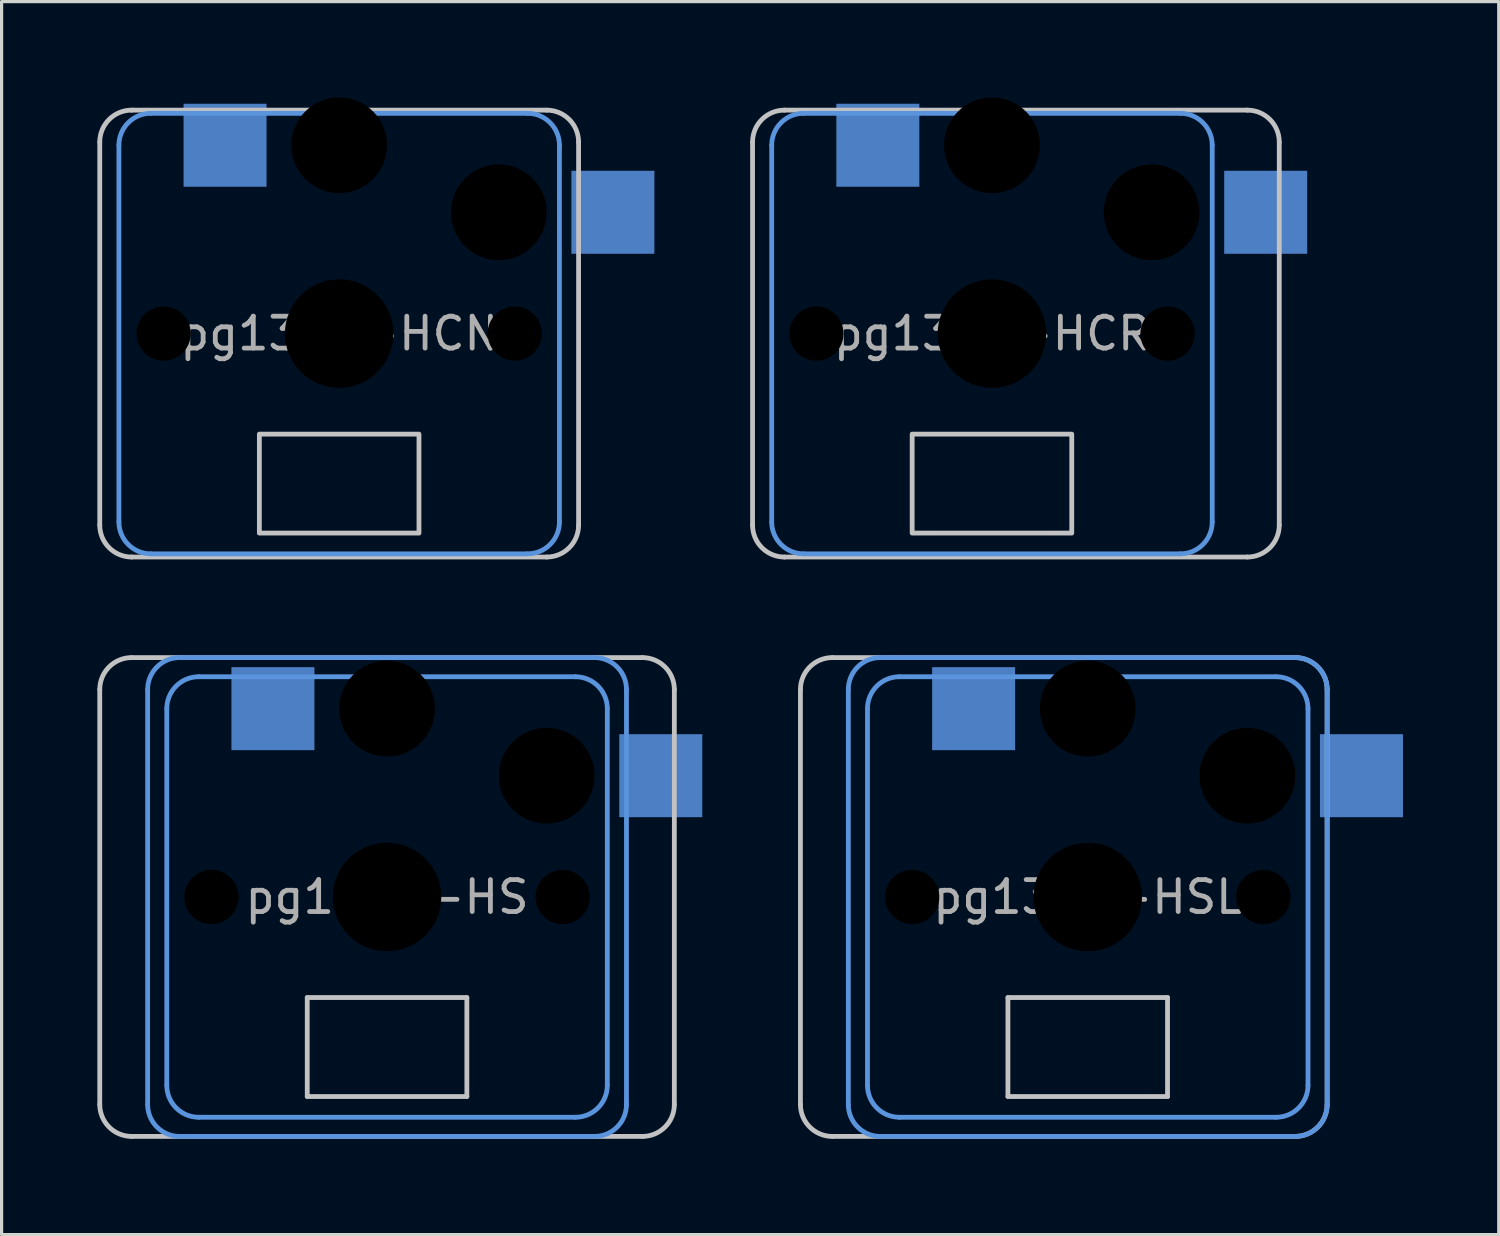
<source format=kicad_pcb>
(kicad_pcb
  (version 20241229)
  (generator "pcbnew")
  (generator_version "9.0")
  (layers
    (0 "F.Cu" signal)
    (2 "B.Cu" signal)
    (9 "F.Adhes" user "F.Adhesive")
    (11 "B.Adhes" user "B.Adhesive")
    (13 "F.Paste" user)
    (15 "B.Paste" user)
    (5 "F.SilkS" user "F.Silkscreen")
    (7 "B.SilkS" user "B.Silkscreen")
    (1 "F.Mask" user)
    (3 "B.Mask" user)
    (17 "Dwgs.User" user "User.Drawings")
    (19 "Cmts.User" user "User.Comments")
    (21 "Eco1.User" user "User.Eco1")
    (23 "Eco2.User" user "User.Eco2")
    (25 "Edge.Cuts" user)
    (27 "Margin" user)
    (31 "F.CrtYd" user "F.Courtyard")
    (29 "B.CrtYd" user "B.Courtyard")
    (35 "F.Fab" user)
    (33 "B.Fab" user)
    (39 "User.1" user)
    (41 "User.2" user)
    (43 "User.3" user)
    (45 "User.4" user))
  (footprint "pg1350-HS"
    (layer "F.Cu")
    (at 9.075 25.05)
    (property "Reference" "pg1350-HS" (at 0 0 0) (layer "F.Fab") (effects (font (size 1 1) (thickness 0.15))))
    (attr through_hole)
    (fp_line (start -9 6.5) (end -9 -6.5) (stroke (width 0.15) (type solid)) (layer "Dwgs.User"))
    (fp_line (start -8 -7.5) (end 8 -7.5) (stroke (width 0.15) (type solid)) (layer "Dwgs.User"))
    (fp_line (start -2.5 3.15) (end -2.5 6.25) (stroke (width 0.15) (type solid)) (layer "Dwgs.User"))
    (fp_line (start -2.5 6.25) (end 2.5 6.25) (stroke (width 0.15) (type solid)) (layer "Dwgs.User"))
    (fp_line (start 2.5 3.15) (end -2.5 3.15) (stroke (width 0.15) (type solid)) (layer "Dwgs.User"))
    (fp_line (start 2.5 6.25) (end 2.5 3.15) (stroke (width 0.15) (type solid)) (layer "Dwgs.User"))
    (fp_line (start 8 7.5) (end -8 7.5) (stroke (width 0.15) (type solid)) (layer "Dwgs.User"))
    (fp_line (start 9 -6.5) (end 9 6.5) (stroke (width 0.15) (type solid)) (layer "Dwgs.User"))
    (fp_arc (start -9 -6.5) (mid -8.707107 -7.207107) (end -8 -7.5) (stroke (width 0.15) (type solid)) (layer "Dwgs.User"))
    (fp_arc (start -8 7.5) (mid -8.707107 7.207107) (end -9 6.5) (stroke (width 0.15) (type solid)) (layer "Dwgs.User"))
    (fp_arc (start 8 -7.5) (mid 8.707107 -7.207107) (end 9 -6.5) (stroke (width 0.15) (type solid)) (layer "Dwgs.User"))
    (fp_arc (start 9 6.5) (mid 8.707107 7.207107) (end 8 7.5) (stroke (width 0.15) (type solid)) (layer "Dwgs.User"))
    (fp_line (start -7.5 6.5) (end -7.5 -6.5) (stroke (width 0.15) (type solid)) (layer "Cmts.User"))
    (fp_line (start -6.9 5.9) (end -6.9 -5.9) (stroke (width 0.15) (type solid)) (layer "Cmts.User"))
    (fp_line (start -6.5 -7.5) (end 6.5 -7.5) (stroke (width 0.15) (type solid)) (layer "Cmts.User"))
    (fp_line (start -5.9 -6.9) (end 5.9 -6.9) (stroke (width 0.15) (type solid)) (layer "Cmts.User"))
    (fp_line (start 5.9 6.9) (end -5.9 6.9) (stroke (width 0.15) (type solid)) (layer "Cmts.User"))
    (fp_line (start 6.5 7.5) (end -6.5 7.5) (stroke (width 0.15) (type solid)) (layer "Cmts.User"))
    (fp_line (start 6.9 -5.9) (end 6.9 5.9) (stroke (width 0.15) (type solid)) (layer "Cmts.User"))
    (fp_line (start 7.5 -6.5) (end 7.5 6.5) (stroke (width 0.15) (type solid)) (layer "Cmts.User"))
    (fp_arc (start -7.5 -6.5) (mid -7.207107 -7.207107) (end -6.5 -7.5) (stroke (width 0.15) (type solid)) (layer "Cmts.User"))
    (fp_arc (start -6.9 -5.9) (mid -6.607107 -6.607107) (end -5.9 -6.9) (stroke (width 0.15) (type solid)) (layer "Cmts.User"))
    (fp_arc (start -6.5 7.5) (mid -7.207107 7.207107) (end -7.5 6.5) (stroke (width 0.15) (type solid)) (layer "Cmts.User"))
    (fp_arc (start -5.9 6.9) (mid -6.607107 6.607107) (end -6.9 5.9) (stroke (width 0.15) (type solid)) (layer "Cmts.User"))
    (fp_arc (start 5.9 -6.9) (mid 6.607107 -6.607107) (end 6.9 -5.9) (stroke (width 0.15) (type solid)) (layer "Cmts.User"))
    (fp_arc (start 6.5 -7.5) (mid 7.207107 -7.207107) (end 7.5 -6.5) (stroke (width 0.15) (type solid)) (layer "Cmts.User"))
    (fp_arc (start 6.9 5.9) (mid 6.607107 6.607107) (end 5.9 6.9) (stroke (width 0.15) (type solid)) (layer "Cmts.User"))
    (fp_arc (start 7.5 6.5) (mid 7.207107 7.207107) (end 6.5 7.5) (stroke (width 0.15) (type solid)) (layer "Cmts.User"))
    (pad "" np_thru_hole circle (at -5.5 0) (size 1.7 1.7) (drill 1.7) (layers "*.Mask"))
    (pad "" np_thru_hole circle (at 0 -5.9) (size 3 3) (drill 3) (layers "*.Mask"))
    (pad "" np_thru_hole circle (at 0 0) (size 3.4 3.4) (drill 3.4) (layers "*.Mask"))
    (pad "" np_thru_hole circle (at 5 -3.8) (size 3 3) (drill 3) (layers "*.Mask"))
    (pad "" np_thru_hole circle (at 5.5 0) (size 1.7 1.7) (drill 1.7) (layers "*.Mask"))
    (pad "1" smd rect (at -3.575 -5.9) (size 2.6 2.6) (layers "B.Cu" "B.Mask"))
    (pad "2" smd rect (at 8.575 -3.8) (size 2.6 2.6) (layers "B.Cu" "B.Mask")))
  (footprint "pg1350-HCN"
    (layer "F.Cu")
    (at 7.575 7.4)
    (property "Reference" "pg1350-HCN" (at 0 0 0) (layer "F.Fab") (effects (font (size 1 1) (thickness 0.15))))
    (attr through_hole)
    (fp_line (start -7.5 6) (end -7.5 -6) (stroke (width 0.15) (type solid)) (layer "Dwgs.User"))
    (fp_line (start -6.5 -7) (end 6.5 -7) (stroke (width 0.15) (type solid)) (layer "Dwgs.User"))
    (fp_line (start 6.5 7) (end -6.5 7) (stroke (width 0.15) (type solid)) (layer "Dwgs.User"))
    (fp_line (start 7.5 -6) (end 7.5 6) (stroke (width 0.15) (type solid)) (layer "Dwgs.User"))
    (fp_rect (start 2.5 6.25) (end -2.5 3.15) (stroke (width 0.15) (type solid)) (fill no) (layer "Dwgs.User"))
    (fp_arc (start -7.5 -6) (mid -7.207107 -6.707107) (end -6.5 -7) (stroke (width 0.15) (type solid)) (layer "Dwgs.User"))
    (fp_arc (start -6.5 7) (mid -7.207107 6.707107) (end -7.5 6) (stroke (width 0.15) (type solid)) (layer "Dwgs.User"))
    (fp_arc (start 6.5 -7) (mid 7.207107 -6.707107) (end 7.5 -6) (stroke (width 0.15) (type solid)) (layer "Dwgs.User"))
    (fp_arc (start 7.5 6) (mid 7.207107 6.707107) (end 6.5 7) (stroke (width 0.15) (type solid)) (layer "Dwgs.User"))
    (fp_line (start -6.9 5.9) (end -6.9 -5.9) (stroke (width 0.15) (type solid)) (layer "Cmts.User"))
    (fp_line (start -5.9 -6.9) (end 5.9 -6.9) (stroke (width 0.15) (type solid)) (layer "Cmts.User"))
    (fp_line (start 5.9 6.9) (end -5.9 6.9) (stroke (width 0.15) (type solid)) (layer "Cmts.User"))
    (fp_line (start 6.9 -5.9) (end 6.9 5.9) (stroke (width 0.15) (type solid)) (layer "Cmts.User"))
    (fp_arc (start -6.9 -5.9) (mid -6.607107 -6.607107) (end -5.9 -6.9) (stroke (width 0.15) (type solid)) (layer "Cmts.User"))
    (fp_arc (start -5.9 6.9) (mid -6.607107 6.607107) (end -6.9 5.9) (stroke (width 0.15) (type solid)) (layer "Cmts.User"))
    (fp_arc (start 5.9 -6.9) (mid 6.607107 -6.607107) (end 6.9 -5.9) (stroke (width 0.15) (type solid)) (layer "Cmts.User"))
    (fp_arc (start 6.9 5.9) (mid 6.607107 6.607107) (end 5.9 6.9) (stroke (width 0.15) (type solid)) (layer "Cmts.User"))
    (pad "" np_thru_hole circle (at -5.5 0) (size 1.7 1.7) (drill 1.7) (layers "*.Mask"))
    (pad "" np_thru_hole circle (at 0 -5.9) (size 3 3) (drill 3) (layers "*.Mask"))
    (pad "" np_thru_hole circle (at 0 0) (size 3.4 3.4) (drill 3.4) (layers "*.Mask"))
    (pad "" np_thru_hole circle (at 5 -3.8) (size 3 3) (drill 3) (layers "*.Mask"))
    (pad "" np_thru_hole circle (at 5.5 0) (size 1.7 1.7) (drill 1.7) (layers "*.Mask"))
    (pad "1" smd rect (at -3.575 -5.9) (size 2.6 2.6) (layers "B.Cu" "B.Mask"))
    (pad "2" smd rect (at 8.575 -3.8) (size 2.6 2.6) (layers "B.Cu" "B.Mask")))
  (footprint "pg1350-HSL"
    (layer "F.Cu")
    (at 31.025 25.05)
    (property "Reference" "pg1350-HSL" (at 0 0 0) (layer "F.Fab") (effects (font (size 1 1) (thickness 0.15))))
    (attr through_hole)
    (fp_line (start -9 6.5) (end -9 -6.5) (stroke (width 0.15) (type solid)) (layer "Dwgs.User"))
    (fp_line (start -8 -7.5) (end 6.5 -7.5) (stroke (width 0.15) (type solid)) (layer "Dwgs.User"))
    (fp_line (start -2.5 3.15) (end -2.5 6.25) (stroke (width 0.15) (type solid)) (layer "Dwgs.User"))
    (fp_line (start -2.5 6.25) (end 2.5 6.25) (stroke (width 0.15) (type solid)) (layer "Dwgs.User"))
    (fp_line (start 2.5 3.15) (end -2.5 3.15) (stroke (width 0.15) (type solid)) (layer "Dwgs.User"))
    (fp_line (start 2.5 6.25) (end 2.5 3.15) (stroke (width 0.15) (type solid)) (layer "Dwgs.User"))
    (fp_line (start 6.5 7.5) (end -8 7.5) (stroke (width 0.15) (type solid)) (layer "Dwgs.User"))
    (fp_line (start 7.5 -6.5) (end 7.5 6.5) (stroke (width 0.15) (type solid)) (layer "Dwgs.User"))
    (fp_arc (start -9 -6.5) (mid -8.707107 -7.207107) (end -8 -7.5) (stroke (width 0.15) (type solid)) (layer "Dwgs.User"))
    (fp_arc (start -8 7.5) (mid -8.707107 7.207107) (end -9 6.5) (stroke (width 0.15) (type solid)) (layer "Dwgs.User"))
    (fp_arc (start 6.5 -7.5) (mid 7.207107 -7.207107) (end 7.5 -6.5) (stroke (width 0.15) (type solid)) (layer "Dwgs.User"))
    (fp_arc (start 7.5 6.5) (mid 7.207107 7.207107) (end 6.5 7.5) (stroke (width 0.15) (type solid)) (layer "Dwgs.User"))
    (fp_line (start -7.5 6.5) (end -7.5 -6.5) (stroke (width 0.15) (type solid)) (layer "Cmts.User"))
    (fp_line (start -6.9 5.9) (end -6.9 -5.9) (stroke (width 0.15) (type solid)) (layer "Cmts.User"))
    (fp_line (start -6.5 -7.5) (end 6.5 -7.5) (stroke (width 0.15) (type solid)) (layer "Cmts.User"))
    (fp_line (start -5.9 -6.9) (end 5.9 -6.9) (stroke (width 0.15) (type solid)) (layer "Cmts.User"))
    (fp_line (start 5.9 6.9) (end -5.9 6.9) (stroke (width 0.15) (type solid)) (layer "Cmts.User"))
    (fp_line (start 6.5 7.5) (end -6.5 7.5) (stroke (width 0.15) (type solid)) (layer "Cmts.User"))
    (fp_line (start 6.9 -5.9) (end 6.9 5.9) (stroke (width 0.15) (type solid)) (layer "Cmts.User"))
    (fp_line (start 7.5 -6.5) (end 7.5 6.5) (stroke (width 0.15) (type solid)) (layer "Cmts.User"))
    (fp_arc (start -7.5 -6.5) (mid -7.207107 -7.207107) (end -6.5 -7.5) (stroke (width 0.15) (type solid)) (layer "Cmts.User"))
    (fp_arc (start -6.9 -5.9) (mid -6.607107 -6.607107) (end -5.9 -6.9) (stroke (width 0.15) (type solid)) (layer "Cmts.User"))
    (fp_arc (start -6.5 7.5) (mid -7.207107 7.207107) (end -7.5 6.5) (stroke (width 0.15) (type solid)) (layer "Cmts.User"))
    (fp_arc (start -5.9 6.9) (mid -6.607107 6.607107) (end -6.9 5.9) (stroke (width 0.15) (type solid)) (layer "Cmts.User"))
    (fp_arc (start 5.9 -6.9) (mid 6.607107 -6.607107) (end 6.9 -5.9) (stroke (width 0.15) (type solid)) (layer "Cmts.User"))
    (fp_arc (start 6.5 -7.5) (mid 7.207107 -7.207107) (end 7.5 -6.5) (stroke (width 0.15) (type solid)) (layer "Cmts.User"))
    (fp_arc (start 6.9 5.9) (mid 6.607107 6.607107) (end 5.9 6.9) (stroke (width 0.15) (type solid)) (layer "Cmts.User"))
    (fp_arc (start 7.5 6.5) (mid 7.207107 7.207107) (end 6.5 7.5) (stroke (width 0.15) (type solid)) (layer "Cmts.User"))
    (pad "" np_thru_hole circle (at -5.5 0) (size 1.7 1.7) (drill 1.7) (layers "*.Mask"))
    (pad "" np_thru_hole circle (at 0 -5.9) (size 3 3) (drill 3) (layers "*.Mask"))
    (pad "" np_thru_hole circle (at 0 0) (size 3.4 3.4) (drill 3.4) (layers "*.Mask"))
    (pad "" np_thru_hole circle (at 5 -3.8) (size 3 3) (drill 3) (layers "*.Mask"))
    (pad "" np_thru_hole circle (at 5.5 0) (size 1.7 1.7) (drill 1.7) (layers "*.Mask"))
    (pad "1" smd rect (at -3.575 -5.9) (size 2.6 2.6) (layers "B.Cu" "B.Mask"))
    (pad "2" smd rect (at 8.575 -3.8) (size 2.6 2.6) (layers "B.Cu" "B.Mask")))
  (footprint "pg1350-HCR"
    (layer "F.Cu")
    (at 28.025 7.4)
    (property "Reference" "pg1350-HCR" (at 0 0 0) (layer "F.Fab") (effects (font (size 1 1) (thickness 0.15))))
    (attr through_hole)
    (fp_line (start -7.5 6) (end -7.5 -6) (stroke (width 0.15) (type solid)) (layer "Dwgs.User"))
    (fp_line (start -6.5 -7) (end 8 -7) (stroke (width 0.15) (type solid)) (layer "Dwgs.User"))
    (fp_line (start 8 7) (end -6.5 7) (stroke (width 0.15) (type solid)) (layer "Dwgs.User"))
    (fp_line (start 9 -6) (end 9 6) (stroke (width 0.15) (type solid)) (layer "Dwgs.User"))
    (fp_rect (start 2.5 6.25) (end -2.5 3.15) (stroke (width 0.15) (type solid)) (fill no) (layer "Dwgs.User"))
    (fp_arc (start -7.5 -6) (mid -7.207107 -6.707107) (end -6.5 -7) (stroke (width 0.15) (type solid)) (layer "Dwgs.User"))
    (fp_arc (start -6.5 7) (mid -7.207107 6.707107) (end -7.5 6) (stroke (width 0.15) (type solid)) (layer "Dwgs.User"))
    (fp_arc (start 8 -7) (mid 8.707107 -6.707107) (end 9 -6) (stroke (width 0.15) (type solid)) (layer "Dwgs.User"))
    (fp_arc (start 9 6) (mid 8.707107 6.707107) (end 8 7) (stroke (width 0.15) (type solid)) (layer "Dwgs.User"))
    (fp_line (start -6.9 5.9) (end -6.9 -5.9) (stroke (width 0.15) (type solid)) (layer "Cmts.User"))
    (fp_line (start -5.9 -6.9) (end 5.9 -6.9) (stroke (width 0.15) (type solid)) (layer "Cmts.User"))
    (fp_line (start 5.9 6.9) (end -5.9 6.9) (stroke (width 0.15) (type solid)) (layer "Cmts.User"))
    (fp_line (start 6.9 -5.9) (end 6.9 5.9) (stroke (width 0.15) (type solid)) (layer "Cmts.User"))
    (fp_arc (start -6.9 -5.9) (mid -6.607107 -6.607107) (end -5.9 -6.9) (stroke (width 0.15) (type solid)) (layer "Cmts.User"))
    (fp_arc (start -5.9 6.9) (mid -6.607107 6.607107) (end -6.9 5.9) (stroke (width 0.15) (type solid)) (layer "Cmts.User"))
    (fp_arc (start 5.9 -6.9) (mid 6.607107 -6.607107) (end 6.9 -5.9) (stroke (width 0.15) (type solid)) (layer "Cmts.User"))
    (fp_arc (start 6.9 5.9) (mid 6.607107 6.607107) (end 5.9 6.9) (stroke (width 0.15) (type solid)) (layer "Cmts.User"))
    (pad "" np_thru_hole circle (at -5.5 0) (size 1.7 1.7) (drill 1.7) (layers "*.Mask"))
    (pad "" np_thru_hole circle (at 0 -5.9) (size 3 3) (drill 3) (layers "*.Mask"))
    (pad "" np_thru_hole circle (at 0 0) (size 3.4 3.4) (drill 3.4) (layers "*.Mask"))
    (pad "" np_thru_hole circle (at 5 -3.8) (size 3 3) (drill 3) (layers "*.Mask"))
    (pad "" np_thru_hole circle (at 5.5 0) (size 1.7 1.7) (drill 1.7) (layers "*.Mask"))
    (pad "1" smd rect (at -3.575 -5.9) (size 2.6 2.6) (layers "B.Cu" "B.Mask"))
    (pad "2" smd rect (at 8.575 -3.8) (size 2.6 2.6) (layers "B.Cu" "B.Mask")))
  (gr_rect
    (start -3 -3)
    (end 43.9 35.625)
    (stroke (width 0.1) (type default))
    (fill no)
    (layer "Edge.Cuts")))
</source>
